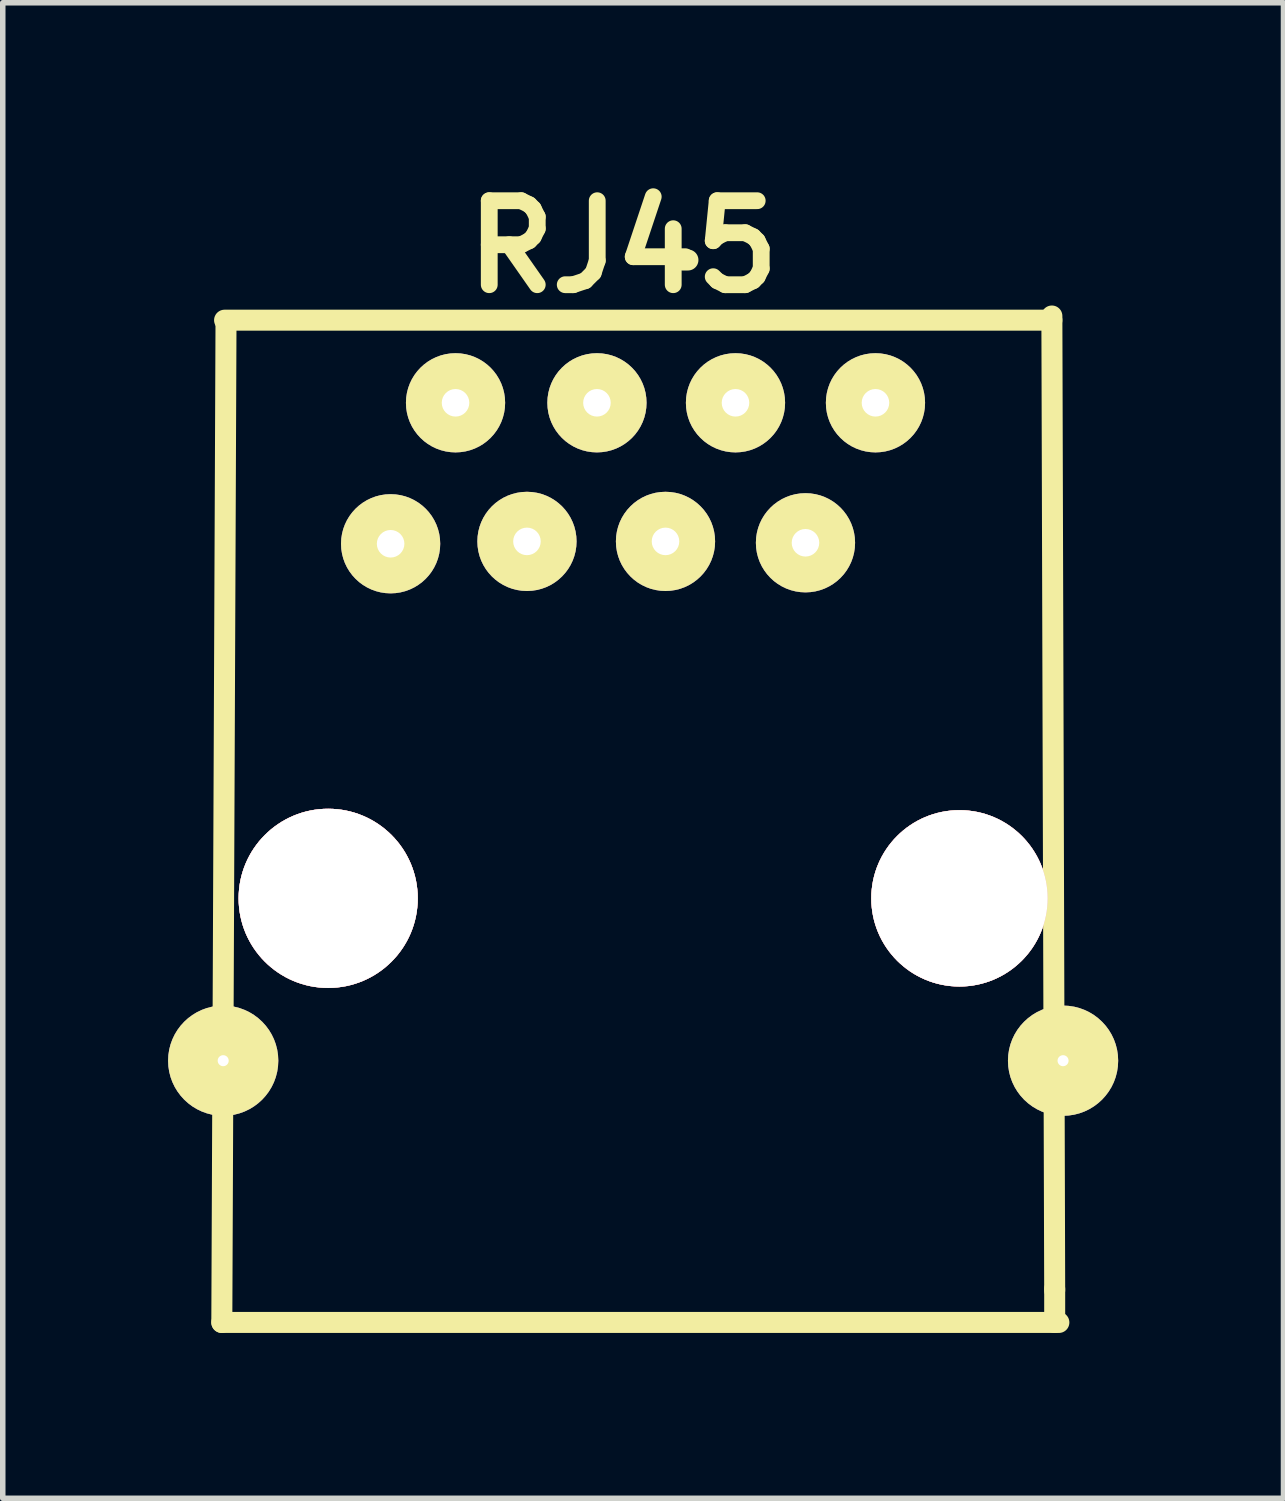
<source format=kicad_pcb>
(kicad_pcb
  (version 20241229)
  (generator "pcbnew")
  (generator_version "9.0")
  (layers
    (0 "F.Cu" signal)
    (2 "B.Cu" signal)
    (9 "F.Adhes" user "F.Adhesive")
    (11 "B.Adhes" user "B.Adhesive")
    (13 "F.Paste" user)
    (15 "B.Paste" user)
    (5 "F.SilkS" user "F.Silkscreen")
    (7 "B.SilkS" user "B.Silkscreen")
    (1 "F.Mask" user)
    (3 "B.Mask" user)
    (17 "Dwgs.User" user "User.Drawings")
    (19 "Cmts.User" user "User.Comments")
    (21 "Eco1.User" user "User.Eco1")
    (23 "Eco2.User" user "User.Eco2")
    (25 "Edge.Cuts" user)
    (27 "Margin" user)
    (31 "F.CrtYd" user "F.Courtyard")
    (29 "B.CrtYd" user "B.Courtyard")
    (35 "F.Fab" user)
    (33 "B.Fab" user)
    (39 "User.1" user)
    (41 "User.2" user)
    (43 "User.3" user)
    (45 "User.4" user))
  (footprint "RJ45"
    (placed yes)
    (layer "F.Cu")
    (at 8.366 6.799)
    (property "Reference" "RJ45" (at -0.107 -5.372 0) (layer "F.SilkS") (effects (font (size 1.524 1.524) (thickness 0.305))))
    (attr through_hole)
    (fp_line (start -7.391 14.148) (end 7.798 14.148) (stroke (width 0.381) (type solid)) (layer "F.SilkS"))
    (fp_line (start -7.315 -3.988) (end -7.391 14.148) (stroke (width 0.381) (type solid)) (layer "F.SilkS"))
    (fp_line (start 1.067 -5.131) (end 0.965 -5.131) (stroke (width 0.381) (type solid)) (layer "F.SilkS"))
    (fp_line (start 7.671 -4.115) (end 7.722 13.564) (stroke (width 0.381) (type solid)) (layer "F.SilkS"))
    (fp_line (start 7.671 -4.039) (end -7.341 -4.039) (stroke (width 0.381) (type solid)) (layer "F.SilkS"))
    (fp_line (start 7.722 13.538) (end 7.722 14.148) (stroke (width 0.381) (type solid)) (layer "F.SilkS"))
    (pad "1" thru_hole circle (at -4.328 0.018) (size 1.8 1.8) (drill 0.5) (layers "*.Cu" "*.Mask" "F.SilkS"))
    (pad "2" thru_hole circle (at -3.15 -2.54) (size 1.8 1.8) (drill 0.5) (layers "*.Cu" "*.Mask" "F.SilkS"))
    (pad "3" thru_hole circle (at -1.854 -0.025) (size 1.8 1.8) (drill 0.5) (layers "*.Cu" "*.Mask" "F.SilkS"))
    (pad "4" thru_hole circle (at -0.584 -2.54) (size 1.8 1.8) (drill 0.5) (layers "*.Cu" "*.Mask" "F.SilkS"))
    (pad "5" thru_hole circle (at 0.66 -0.025) (size 1.8 1.8) (drill 0.5) (layers "*.Cu" "*.Mask" "F.SilkS"))
    (pad "6" thru_hole circle (at 1.93 -2.54) (size 1.8 1.8) (drill 0.5) (layers "*.Cu" "*.Mask" "F.SilkS"))
    (pad "7" thru_hole circle (at 3.2 0) (size 1.8 1.8) (drill 0.5) (layers "*.Cu" "*.Mask" "F.SilkS"))
    (pad "8" thru_hole circle (at 4.47 -2.54) (size 1.8 1.8) (drill 0.5) (layers "*.Cu" "*.Mask" "F.SilkS"))
    (pad "9" thru_hole circle (at -7.366 9.398) (size 2 2) (drill 0.2) (layers "*.Cu" "*.Mask" "F.SilkS"))
    (pad "9" thru_hole circle (at 7.874 9.398) (size 2 2) (drill 0.2) (layers "*.Cu" "*.Mask" "F.SilkS"))
    (pad "A" thru_hole circle (at -5.461 6.452) (size 3.251 3.251) (drill 3.251) (layers "*.Cu" "*.SilkS" "*.Mask" "F.Adhes"))
    (pad "B" thru_hole circle (at 5.994 6.452) (size 3.2 3.2) (drill 3.2) (layers "*.Cu" "*.SilkS" "*.Mask" "F.Adhes")))
  (gr_rect
    (start -3 -3)
    (end 20.24 24.137)
    (stroke (width 0.1) (type default))
    (fill no)
    (layer "Edge.Cuts")))
</source>
